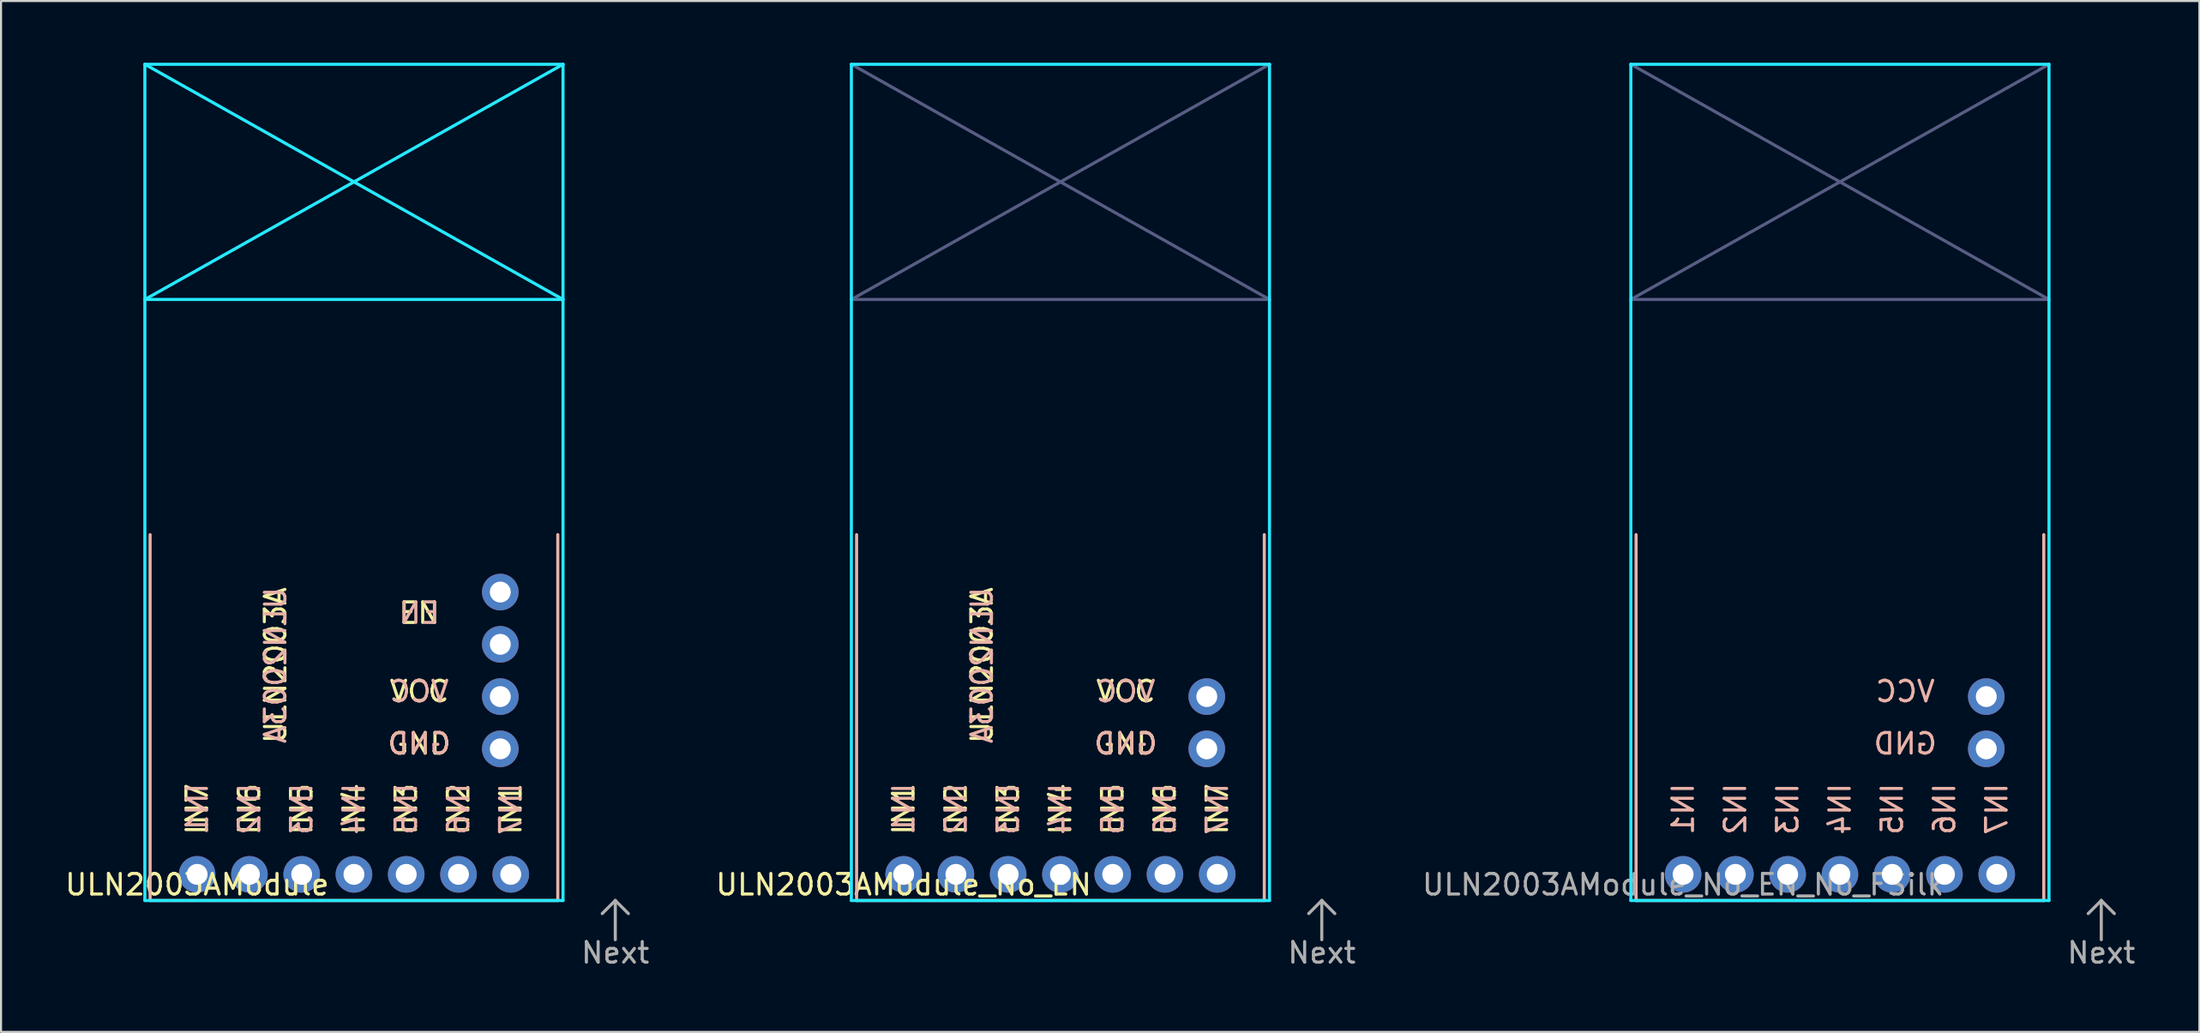
<source format=kicad_pcb>
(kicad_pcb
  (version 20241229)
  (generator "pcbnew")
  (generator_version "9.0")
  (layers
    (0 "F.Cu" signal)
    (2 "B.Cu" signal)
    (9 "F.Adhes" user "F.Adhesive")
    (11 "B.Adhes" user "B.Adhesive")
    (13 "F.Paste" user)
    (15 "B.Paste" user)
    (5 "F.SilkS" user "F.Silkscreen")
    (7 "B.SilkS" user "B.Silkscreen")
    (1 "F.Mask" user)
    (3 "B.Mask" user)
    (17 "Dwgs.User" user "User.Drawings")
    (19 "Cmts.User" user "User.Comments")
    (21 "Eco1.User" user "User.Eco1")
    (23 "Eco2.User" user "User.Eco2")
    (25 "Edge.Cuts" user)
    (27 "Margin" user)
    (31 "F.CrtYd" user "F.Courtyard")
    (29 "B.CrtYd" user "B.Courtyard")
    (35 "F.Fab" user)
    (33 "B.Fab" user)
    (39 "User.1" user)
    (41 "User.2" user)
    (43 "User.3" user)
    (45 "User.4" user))
  (footprint "ULN2003AModule_No_EN"
    (layer "F.Cu")
    (at 40.862 39.445)
    (property "Reference" "ULN2003AModule_No_EN" (at 0 0.5 0) (layer "F.SilkS") (effects (font (size 1 1) (thickness 0.15))))
    (attr through_hole)
    (fp_line (start -2.286 1.27) (end -2.286 -16.51) (stroke (width 0.15) (type solid)) (layer "B.SilkS"))
    (fp_line (start -2.286 1.27) (end 17.526 1.27) (stroke (width 0.15) (type solid)) (layer "B.SilkS"))
    (fp_line (start 17.526 -16.51) (end 17.526 1.27) (stroke (width 0.15) (type solid)) (layer "B.SilkS"))
    (fp_line (start -2.54 -39.37) (end -2.54 1.27) (stroke (width 0.15) (type solid)) (layer "B.CrtYd"))
    (fp_line (start -2.54 1.27) (end 17.78 1.27) (stroke (width 0.15) (type solid)) (layer "B.CrtYd"))
    (fp_line (start 17.78 -39.37) (end -2.54 -39.37) (stroke (width 0.15) (type solid)) (layer "B.CrtYd"))
    (fp_line (start 17.78 1.27) (end 17.78 -39.37) (stroke (width 0.15) (type solid)) (layer "B.CrtYd"))
    (fp_line (start -2.54 -39.37) (end 17.78 -27.94) (stroke (width 0.15) (type solid)) (layer "B.Fab"))
    (fp_line (start -2.54 -27.94) (end 17.78 -39.37) (stroke (width 0.15) (type solid)) (layer "B.Fab"))
    (fp_line (start -2.54 -27.94) (end 17.78 -27.94) (stroke (width 0.15) (type solid)) (layer "B.Fab"))
    (fp_line (start 19.685 1.905) (end 20.32 1.27) (stroke (width 0.15) (type solid)) (layer "F.Fab"))
    (fp_line (start 20.32 1.27) (end 20.32 3.175) (stroke (width 0.15) (type solid)) (layer "F.Fab"))
    (fp_line (start 20.32 1.27) (end 20.955 1.905) (stroke (width 0.15) (type solid)) (layer "F.Fab"))
    (fp_text user "IN6" (at 12.7 -3.175 90) (layer "F.SilkS") (effects (font (size 1 1) (thickness 0.15))))
    (fp_text user "GND" (at 10.795 -6.35 0) (layer "F.SilkS") (effects (font (size 1 1) (thickness 0.15))))
    (fp_text user "IN5" (at 10.16 -3.175 90) (layer "F.SilkS") (effects (font (size 1 1) (thickness 0.15))))
    (fp_text user "IN3" (at 5.08 -3.175 90) (layer "F.SilkS") (effects (font (size 1 1) (thickness 0.15))))
    (fp_text user "IN1" (at 0 -3.175 90) (layer "F.SilkS") (effects (font (size 1 1) (thickness 0.15))))
    (fp_text user "ULN2003A" (at 3.81 -10.16 90) (layer "F.SilkS") (effects (font (size 1 1) (thickness 0.15))))
    (fp_text user "VCC" (at 10.795 -8.89 0) (layer "F.SilkS") (effects (font (size 1 1) (thickness 0.15))))
    (fp_text user "IN7" (at 15.24 -3.175 90) (layer "F.SilkS") (effects (font (size 1 1) (thickness 0.15))))
    (fp_text user "IN4" (at 7.62 -3.175 90) (layer "F.SilkS") (effects (font (size 1 1) (thickness 0.15))))
    (fp_text user "IN2" (at 2.54 -3.175 90) (layer "F.SilkS") (effects (font (size 1 1) (thickness 0.15))))
    (fp_text user "ULN2003A" (at 3.81 -10.16 90) (layer "B.SilkS") (effects (font (size 1 1) (thickness 0.15)) (justify mirror)))
    (fp_text user "IN5" (at 10.16 -3.175 90) (layer "B.SilkS") (effects (font (size 1 1) (thickness 0.15)) (justify mirror)))
    (fp_text user "VCC" (at 10.795 -8.89 0) (layer "B.SilkS") (effects (font (size 1 1) (thickness 0.15)) (justify mirror)))
    (fp_text user "IN3" (at 5.08 -3.175 90) (layer "B.SilkS") (effects (font (size 1 1) (thickness 0.15)) (justify mirror)))
    (fp_text user "IN7" (at 15.24 -3.175 90) (layer "B.SilkS") (effects (font (size 1 1) (thickness 0.15)) (justify mirror)))
    (fp_text user "IN1" (at 0 -3.175 90) (layer "B.SilkS") (effects (font (size 1 1) (thickness 0.15)) (justify mirror)))
    (fp_text user "GND" (at 10.795 -6.35 0) (layer "B.SilkS") (effects (font (size 1 1) (thickness 0.15)) (justify mirror)))
    (fp_text user "IN4" (at 7.62 -3.175 90) (layer "B.SilkS") (effects (font (size 1 1) (thickness 0.15)) (justify mirror)))
    (fp_text user "IN2" (at 2.54 -3.175 90) (layer "B.SilkS") (effects (font (size 1 1) (thickness 0.15)) (justify mirror)))
    (fp_text user "IN6" (at 12.7 -3.175 90) (layer "B.SilkS") (effects (font (size 1 1) (thickness 0.15)) (justify mirror)))
    (fp_text user "Next" (at 20.32 3.81 0) (layer "F.Fab") (effects (font (size 1 1) (thickness 0.15))))
    (pad "GND" thru_hole circle (at 14.732 -6.1) (size 1.778 1.778) (drill 1.016) (layers "*.Cu" "*.Mask"))
    (pad "IN1" thru_hole circle (at 0 0) (size 1.778 1.778) (drill 1.016) (layers "*.Cu" "*.Mask"))
    (pad "IN2" thru_hole circle (at 2.54 0) (size 1.778 1.778) (drill 1.016) (layers "*.Cu" "*.Mask"))
    (pad "IN3" thru_hole circle (at 5.08 0) (size 1.778 1.778) (drill 1.016) (layers "*.Cu" "*.Mask"))
    (pad "IN4" thru_hole circle (at 7.62 0) (size 1.778 1.778) (drill 1.016) (layers "*.Cu" "*.Mask"))
    (pad "IN5" thru_hole circle (at 10.16 0) (size 1.778 1.778) (drill 1.016) (layers "*.Cu" "*.Mask"))
    (pad "IN6" thru_hole circle (at 12.7 0) (size 1.778 1.778) (drill 1.016) (layers "*.Cu" "*.Mask"))
    (pad "IN7" thru_hole circle (at 15.24 0) (size 1.778 1.778) (drill 1.016) (layers "*.Cu" "*.Mask"))
    (pad "VCC" thru_hole circle (at 14.732 -8.64) (size 1.778 1.778) (drill 1.016) (layers "*.Cu" "*.Mask")))
  (footprint "ULN2003AModule"
    (layer "F.Cu")
    (at 6.53 39.445)
    (property "Reference" "ULN2003AModule" (at 0 0.5 0) (layer "F.SilkS") (effects (font (size 1 1) (thickness 0.15))))
    (attr through_hole)
    (fp_line (start -2.286 1.27) (end -2.286 -16.51) (stroke (width 0.15) (type solid)) (layer "B.SilkS"))
    (fp_line (start -2.286 1.27) (end 17.526 1.27) (stroke (width 0.15) (type solid)) (layer "B.SilkS"))
    (fp_line (start 17.526 -16.51) (end 17.526 1.27) (stroke (width 0.15) (type solid)) (layer "B.SilkS"))
    (fp_line (start -2.54 -39.37) (end -2.54 1.27) (stroke (width 0.15) (type solid)) (layer "B.CrtYd"))
    (fp_line (start -2.54 -39.37) (end 17.78 -27.94) (stroke (width 0.15) (type solid)) (layer "B.CrtYd"))
    (fp_line (start -2.54 -27.94) (end 17.78 -39.37) (stroke (width 0.15) (type solid)) (layer "B.CrtYd"))
    (fp_line (start -2.54 -27.94) (end 17.78 -27.94) (stroke (width 0.15) (type solid)) (layer "B.CrtYd"))
    (fp_line (start -2.54 1.27) (end 17.78 1.27) (stroke (width 0.15) (type solid)) (layer "B.CrtYd"))
    (fp_line (start 17.78 -39.37) (end -2.54 -39.37) (stroke (width 0.15) (type solid)) (layer "B.CrtYd"))
    (fp_line (start 17.78 1.27) (end 17.78 -39.37) (stroke (width 0.15) (type solid)) (layer "B.CrtYd"))
    (fp_line (start 19.685 1.905) (end 20.32 1.27) (stroke (width 0.15) (type solid)) (layer "F.Fab"))
    (fp_line (start 20.32 1.27) (end 20.32 3.175) (stroke (width 0.15) (type solid)) (layer "F.Fab"))
    (fp_line (start 20.32 1.27) (end 20.955 1.905) (stroke (width 0.15) (type solid)) (layer "F.Fab"))
    (fp_text user "EN" (at 10.795 -12.7 0) (layer "F.SilkS") (effects (font (size 1 1) (thickness 0.15))))
    (fp_text user "IN7" (at 0 -3.175 90) (layer "F.SilkS") (effects (font (size 1 1) (thickness 0.15))))
    (fp_text user "IN3" (at 10.16 -3.175 90) (layer "F.SilkS") (effects (font (size 1 1) (thickness 0.15))))
    (fp_text user "IN4" (at 7.62 -3.175 90) (layer "F.SilkS") (effects (font (size 1 1) (thickness 0.15))))
    (fp_text user "ULN2003A" (at 3.81 -10.16 90) (layer "F.SilkS") (effects (font (size 1 1) (thickness 0.15))))
    (fp_text user "IN2" (at 12.7 -3.175 90) (layer "F.SilkS") (effects (font (size 1 1) (thickness 0.15))))
    (fp_text user "GND" (at 10.795 -6.35 0) (layer "F.SilkS") (effects (font (size 1 1) (thickness 0.15))))
    (fp_text user "IN6" (at 2.54 -3.175 90) (layer "F.SilkS") (effects (font (size 1 1) (thickness 0.15))))
    (fp_text user "IN1" (at 15.24 -3.175 90) (layer "F.SilkS") (effects (font (size 1 1) (thickness 0.15))))
    (fp_text user "IN5" (at 5.08 -3.175 90) (layer "F.SilkS") (effects (font (size 1 1) (thickness 0.15))))
    (fp_text user "VCC" (at 10.795 -8.89 0) (layer "F.SilkS") (effects (font (size 1 1) (thickness 0.15))))
    (fp_text user "IN3" (at 5.08 -3.175 90) (layer "B.SilkS") (effects (font (size 1 1) (thickness 0.15)) (justify mirror)))
    (fp_text user "IN4" (at 7.62 -3.175 90) (layer "B.SilkS") (effects (font (size 1 1) (thickness 0.15)) (justify mirror)))
    (fp_text user "EN" (at 10.795 -12.7 0) (layer "B.SilkS") (effects (font (size 1 1) (thickness 0.15)) (justify mirror)))
    (fp_text user "ULN2003A" (at 3.81 -10.16 90) (layer "B.SilkS") (effects (font (size 1 1) (thickness 0.15)) (justify mirror)))
    (fp_text user "VCC" (at 10.795 -8.89 0) (layer "B.SilkS") (effects (font (size 1 1) (thickness 0.15)) (justify mirror)))
    (fp_text user "IN6" (at 12.7 -3.175 90) (layer "B.SilkS") (effects (font (size 1 1) (thickness 0.15)) (justify mirror)))
    (fp_text user "IN1" (at 0 -3.175 90) (layer "B.SilkS") (effects (font (size 1 1) (thickness 0.15)) (justify mirror)))
    (fp_text user "IN7" (at 15.24 -3.175 90) (layer "B.SilkS") (effects (font (size 1 1) (thickness 0.15)) (justify mirror)))
    (fp_text user "IN2" (at 2.54 -3.175 90) (layer "B.SilkS") (effects (font (size 1 1) (thickness 0.15)) (justify mirror)))
    (fp_text user "IN5" (at 10.16 -3.175 90) (layer "B.SilkS") (effects (font (size 1 1) (thickness 0.15)) (justify mirror)))
    (fp_text user "GND" (at 10.795 -6.35 0) (layer "B.SilkS") (effects (font (size 1 1) (thickness 0.15)) (justify mirror)))
    (fp_text user "Next" (at 20.32 3.81 0) (layer "F.Fab") (effects (font (size 1 1) (thickness 0.15))))
    (pad "EN_JMP1" thru_hole circle (at 14.732 -11.18) (size 1.778 1.778) (drill 1.016) (layers "*.Cu" "*.Mask"))
    (pad "EN_JMP2" thru_hole circle (at 14.732 -13.72) (size 1.778 1.778) (drill 1.016) (layers "*.Cu" "*.Mask"))
    (pad "GND" thru_hole circle (at 14.732 -6.1) (size 1.778 1.778) (drill 1.016) (layers "*.Cu" "*.Mask"))
    (pad "IN1" thru_hole circle (at 0 0) (size 1.778 1.778) (drill 1.016) (layers "*.Cu" "*.Mask"))
    (pad "IN2" thru_hole circle (at 2.54 0) (size 1.778 1.778) (drill 1.016) (layers "*.Cu" "*.Mask"))
    (pad "IN3" thru_hole circle (at 5.08 0) (size 1.778 1.778) (drill 1.016) (layers "*.Cu" "*.Mask"))
    (pad "IN4" thru_hole circle (at 7.62 0) (size 1.778 1.778) (drill 1.016) (layers "*.Cu" "*.Mask"))
    (pad "IN5" thru_hole circle (at 10.16 0) (size 1.778 1.778) (drill 1.016) (layers "*.Cu" "*.Mask"))
    (pad "IN6" thru_hole circle (at 12.7 0) (size 1.778 1.778) (drill 1.016) (layers "*.Cu" "*.Mask"))
    (pad "IN7" thru_hole circle (at 15.24 0) (size 1.778 1.778) (drill 1.016) (layers "*.Cu" "*.Mask"))
    (pad "VCC" thru_hole circle (at 14.732 -8.64) (size 1.778 1.778) (drill 1.016) (layers "*.Cu" "*.Mask")))
  (footprint "ULN2003AModule_No_EN_No_FSilk"
    (layer "F.Cu")
    (at 78.741 39.445)
    (property "Reference" "ULN2003AModule_No_EN_No_FSilk" (at 0 0.5 0) (layer "F.Fab") (effects (font (size 1 1) (thickness 0.15))))
    (attr through_hole)
    (fp_line (start -2.286 1.27) (end -2.286 -16.51) (stroke (width 0.15) (type solid)) (layer "B.SilkS"))
    (fp_line (start -2.286 1.27) (end 17.526 1.27) (stroke (width 0.15) (type solid)) (layer "B.SilkS"))
    (fp_line (start 17.526 -16.51) (end 17.526 1.27) (stroke (width 0.15) (type solid)) (layer "B.SilkS"))
    (fp_line (start -2.54 -39.37) (end -2.54 1.27) (stroke (width 0.15) (type solid)) (layer "B.CrtYd"))
    (fp_line (start -2.54 1.27) (end 17.78 1.27) (stroke (width 0.15) (type solid)) (layer "B.CrtYd"))
    (fp_line (start 17.78 -39.37) (end -2.54 -39.37) (stroke (width 0.15) (type solid)) (layer "B.CrtYd"))
    (fp_line (start 17.78 1.27) (end 17.78 -39.37) (stroke (width 0.15) (type solid)) (layer "B.CrtYd"))
    (fp_line (start -2.54 -39.37) (end 17.78 -27.94) (stroke (width 0.15) (type solid)) (layer "B.Fab"))
    (fp_line (start -2.54 -27.94) (end 17.78 -39.37) (stroke (width 0.15) (type solid)) (layer "B.Fab"))
    (fp_line (start -2.54 -27.94) (end 17.78 -27.94) (stroke (width 0.15) (type solid)) (layer "B.Fab"))
    (fp_line (start 19.685 1.905) (end 20.32 1.27) (stroke (width 0.15) (type solid)) (layer "F.Fab"))
    (fp_line (start 20.32 1.27) (end 20.32 3.175) (stroke (width 0.15) (type solid)) (layer "F.Fab"))
    (fp_line (start 20.32 1.27) (end 20.955 1.905) (stroke (width 0.15) (type solid)) (layer "F.Fab"))
    (fp_text user "IN5" (at 10.16 -3.175 90) (layer "B.SilkS") (effects (font (size 1 1) (thickness 0.15)) (justify mirror)))
    (fp_text user "IN4" (at 7.62 -3.175 90) (layer "B.SilkS") (effects (font (size 1 1) (thickness 0.15)) (justify mirror)))
    (fp_text user "GND" (at 10.795 -6.35 0) (layer "B.SilkS") (effects (font (size 1 1) (thickness 0.15)) (justify mirror)))
    (fp_text user "IN1" (at 0 -3.175 90) (layer "B.SilkS") (effects (font (size 1 1) (thickness 0.15)) (justify mirror)))
    (fp_text user "VCC" (at 10.795 -8.89 0) (layer "B.SilkS") (effects (font (size 1 1) (thickness 0.15)) (justify mirror)))
    (fp_text user "IN6" (at 12.7 -3.175 90) (layer "B.SilkS") (effects (font (size 1 1) (thickness 0.15)) (justify mirror)))
    (fp_text user "IN2" (at 2.54 -3.175 90) (layer "B.SilkS") (effects (font (size 1 1) (thickness 0.15)) (justify mirror)))
    (fp_text user "IN3" (at 5.08 -3.175 90) (layer "B.SilkS") (effects (font (size 1 1) (thickness 0.15)) (justify mirror)))
    (fp_text user "IN7" (at 15.24 -3.175 90) (layer "B.SilkS") (effects (font (size 1 1) (thickness 0.15)) (justify mirror)))
    (fp_text user "Next" (at 20.32 3.81 0) (layer "F.Fab") (effects (font (size 1 1) (thickness 0.15))))
    (pad "GND" thru_hole circle (at 14.732 -6.1) (size 1.778 1.778) (drill 1.016) (layers "*.Cu" "*.Mask"))
    (pad "IN1" thru_hole circle (at 0 0) (size 1.778 1.778) (drill 1.016) (layers "*.Cu" "*.Mask"))
    (pad "IN2" thru_hole circle (at 2.54 0) (size 1.778 1.778) (drill 1.016) (layers "*.Cu" "*.Mask"))
    (pad "IN3" thru_hole circle (at 5.08 0) (size 1.778 1.778) (drill 1.016) (layers "*.Cu" "*.Mask"))
    (pad "IN4" thru_hole circle (at 7.62 0) (size 1.778 1.778) (drill 1.016) (layers "*.Cu" "*.Mask"))
    (pad "IN5" thru_hole circle (at 10.16 0) (size 1.778 1.778) (drill 1.016) (layers "*.Cu" "*.Mask"))
    (pad "IN6" thru_hole circle (at 12.7 0) (size 1.778 1.778) (drill 1.016) (layers "*.Cu" "*.Mask"))
    (pad "IN7" thru_hole circle (at 15.24 0) (size 1.778 1.778) (drill 1.016) (layers "*.Cu" "*.Mask"))
    (pad "VCC" thru_hole circle (at 14.732 -8.64) (size 1.778 1.778) (drill 1.016) (layers "*.Cu" "*.Mask")))
  (gr_rect
    (start -3 -3)
    (end 103.829 47.103)
    (stroke (width 0.1) (type default))
    (fill no)
    (layer "Edge.Cuts")))
</source>
